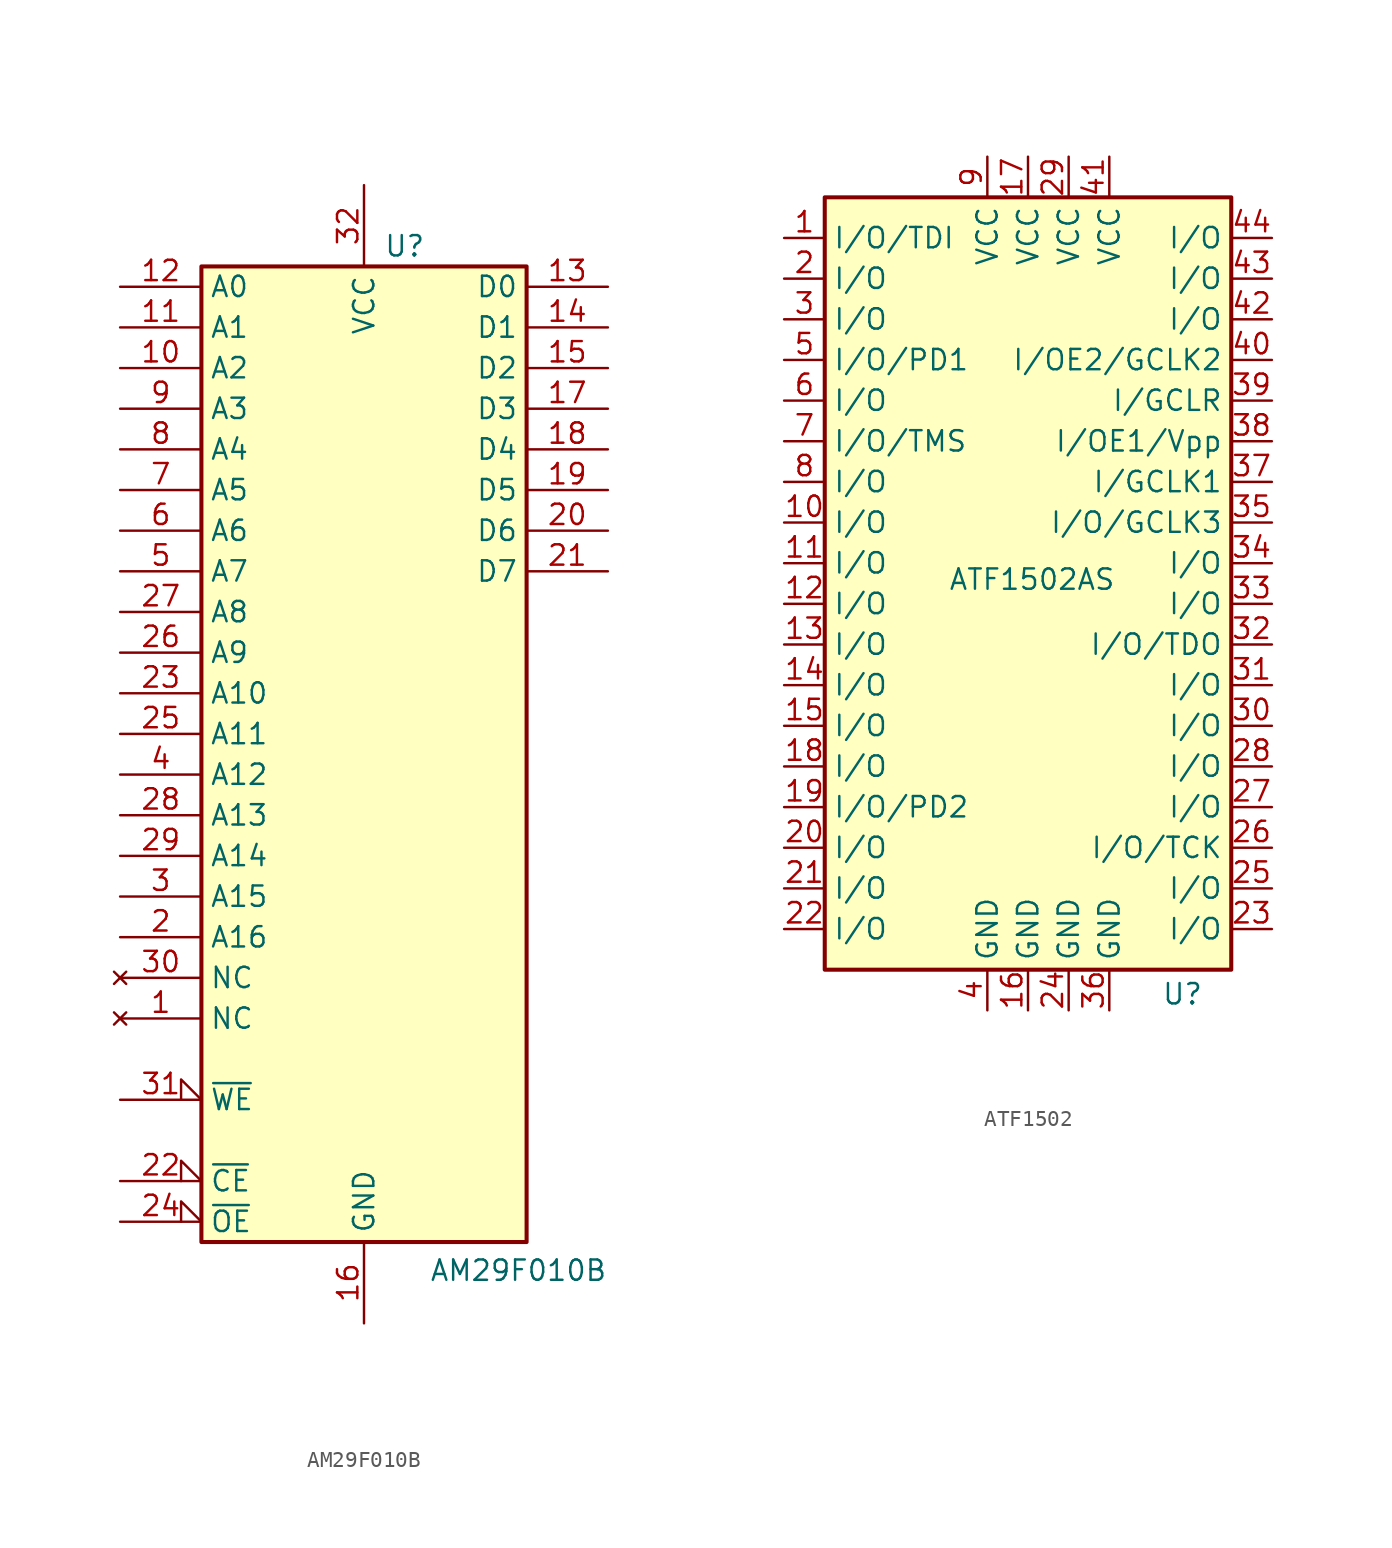
<source format=kicad_sym>
(kicad_symbol_lib
  (version 20231120)
  (generator "kicad_symbol_editor")
  (generator_version "8.0")
  (symbol "AM29F010B"
    (property "Reference" "U"
      (at 2.54 33.02 0)
      (effects (font (size 1.27 1.27))))
    (property "Value" "AM29F010B"
      (at 9.652 -30.988 0)
      (effects (font (size 1.27 1.27))))
    (symbol "AM29F010B_0_0"
      (pin power_in line (at 0 -34.29 90) (length 5.08) (name "GND" (effects (font (size 1.27 1.27)))) (number "16" (effects (font (size 1.27 1.27)))))
      (pin power_in line (at 0 36.83 270) (length 5.08) (name "VCC" (effects (font (size 1.27 1.27)))) (number "32" (effects (font (size 1.27 1.27))))))
    (symbol "AM29F010B_0_1"
      (rectangle (start -10.16 31.75) (end 10.16 -29.21) (stroke (width 0.254) (type default)) (fill (type background))))
    (symbol "AM29F010B_1_1"
      (pin no_connect line (at -15.24 -15.24 0) (length 5.08) (name "NC" (effects (font (size 1.27 1.27)))) (number "1" (effects (font (size 1.27 1.27)))))
      (pin input line (at -15.24 25.4 0) (length 5.08) (name "A2" (effects (font (size 1.27 1.27)))) (number "10" (effects (font (size 1.27 1.27)))))
      (pin input line (at -15.24 27.94 0) (length 5.08) (name "A1" (effects (font (size 1.27 1.27)))) (number "11" (effects (font (size 1.27 1.27)))))
      (pin input line (at -15.24 30.48 0) (length 5.08) (name "A0" (effects (font (size 1.27 1.27)))) (number "12" (effects (font (size 1.27 1.27)))))
      (pin tri_state line (at 15.24 30.48 180) (length 5.08) (name "D0" (effects (font (size 1.27 1.27)))) (number "13" (effects (font (size 1.27 1.27)))))
      (pin tri_state line (at 15.24 27.94 180) (length 5.08) (name "D1" (effects (font (size 1.27 1.27)))) (number "14" (effects (font (size 1.27 1.27)))))
      (pin tri_state line (at 15.24 25.4 180) (length 5.08) (name "D2" (effects (font (size 1.27 1.27)))) (number "15" (effects (font (size 1.27 1.27)))))
      (pin tri_state line (at 15.24 22.86 180) (length 5.08) (name "D3" (effects (font (size 1.27 1.27)))) (number "17" (effects (font (size 1.27 1.27)))))
      (pin tri_state line (at 15.24 20.32 180) (length 5.08) (name "D4" (effects (font (size 1.27 1.27)))) (number "18" (effects (font (size 1.27 1.27)))))
      (pin tri_state line (at 15.24 17.78 180) (length 5.08) (name "D5" (effects (font (size 1.27 1.27)))) (number "19" (effects (font (size 1.27 1.27)))))
      (pin input line (at -15.24 -10.16 0) (length 5.08) (name "A16" (effects (font (size 1.27 1.27)))) (number "2" (effects (font (size 1.27 1.27)))))
      (pin tri_state line (at 15.24 15.24 180) (length 5.08) (name "D6" (effects (font (size 1.27 1.27)))) (number "20" (effects (font (size 1.27 1.27)))))
      (pin tri_state line (at 15.24 12.7 180) (length 5.08) (name "D7" (effects (font (size 1.27 1.27)))) (number "21" (effects (font (size 1.27 1.27)))))
      (pin input input_low (at -15.24 -25.4 0) (length 5.08) (name "~{CE}" (effects (font (size 1.27 1.27)))) (number "22" (effects (font (size 1.27 1.27)))))
      (pin input line (at -15.24 5.08 0) (length 5.08) (name "A10" (effects (font (size 1.27 1.27)))) (number "23" (effects (font (size 1.27 1.27)))))
      (pin input input_low (at -15.24 -27.94 0) (length 5.08) (name "~{OE}" (effects (font (size 1.27 1.27)))) (number "24" (effects (font (size 1.27 1.27)))))
      (pin input line (at -15.24 2.54 0) (length 5.08) (name "A11" (effects (font (size 1.27 1.27)))) (number "25" (effects (font (size 1.27 1.27)))))
      (pin input line (at -15.24 7.62 0) (length 5.08) (name "A9" (effects (font (size 1.27 1.27)))) (number "26" (effects (font (size 1.27 1.27)))))
      (pin input line (at -15.24 10.16 0) (length 5.08) (name "A8" (effects (font (size 1.27 1.27)))) (number "27" (effects (font (size 1.27 1.27)))))
      (pin input line (at -15.24 -2.54 0) (length 5.08) (name "A13" (effects (font (size 1.27 1.27)))) (number "28" (effects (font (size 1.27 1.27)))))
      (pin input line (at -15.24 -5.08 0) (length 5.08) (name "A14" (effects (font (size 1.27 1.27)))) (number "29" (effects (font (size 1.27 1.27)))))
      (pin input line (at -15.24 -7.62 0) (length 5.08) (name "A15" (effects (font (size 1.27 1.27)))) (number "3" (effects (font (size 1.27 1.27)))))
      (pin no_connect line (at -15.24 -12.7 0) (length 5.08) (name "NC" (effects (font (size 1.27 1.27)))) (number "30" (effects (font (size 1.27 1.27)))))
      (pin input input_low (at -15.24 -20.32 0) (length 5.08) (name "~{WE}" (effects (font (size 1.27 1.27)))) (number "31" (effects (font (size 1.27 1.27)))))
      (pin input line (at -15.24 0 0) (length 5.08) (name "A12" (effects (font (size 1.27 1.27)))) (number "4" (effects (font (size 1.27 1.27)))))
      (pin input line (at -15.24 12.7 0) (length 5.08) (name "A7" (effects (font (size 1.27 1.27)))) (number "5" (effects (font (size 1.27 1.27)))))
      (pin input line (at -15.24 15.24 0) (length 5.08) (name "A6" (effects (font (size 1.27 1.27)))) (number "6" (effects (font (size 1.27 1.27)))))
      (pin input line (at -15.24 17.78 0) (length 5.08) (name "A5" (effects (font (size 1.27 1.27)))) (number "7" (effects (font (size 1.27 1.27)))))
      (pin input line (at -15.24 20.32 0) (length 5.08) (name "A4" (effects (font (size 1.27 1.27)))) (number "8" (effects (font (size 1.27 1.27)))))
      (pin input line (at -15.24 22.86 0) (length 5.08) (name "A3" (effects (font (size 1.27 1.27)))) (number "9" (effects (font (size 1.27 1.27)))))))
  (symbol "ATF1502"
    (property "Reference" "U"
      (at 9.652 -25.654 0)
      (effects (font (size 1.27 1.27))))
    (property "Value" "ATF1502AS"
      (at 0.254 0.254 0)
      (effects (font (size 1.27 1.27))))
    (symbol "ATF1502_0_1"
      (rectangle (start -12.7 24.13) (end 12.7 -24.13) (stroke (width 0.254) (type default)) (fill (type background))))
    (symbol "ATF1502_1_1"
      (pin bidirectional line (at -15.24 21.59 0) (length 2.54) (name "I/O/TDI" (effects (font (size 1.27 1.27)))) (number "1" (effects (font (size 1.27 1.27)))))
      (pin bidirectional line (at -15.24 3.81 0) (length 2.54) (name "I/O" (effects (font (size 1.27 1.27)))) (number "10" (effects (font (size 1.27 1.27)))))
      (pin bidirectional line (at -15.24 1.27 0) (length 2.54) (name "I/O" (effects (font (size 1.27 1.27)))) (number "11" (effects (font (size 1.27 1.27)))))
      (pin bidirectional line (at -15.24 -1.27 0) (length 2.54) (name "I/O" (effects (font (size 1.27 1.27)))) (number "12" (effects (font (size 1.27 1.27)))))
      (pin bidirectional line (at -15.24 -3.81 0) (length 2.54) (name "I/O" (effects (font (size 1.27 1.27)))) (number "13" (effects (font (size 1.27 1.27)))))
      (pin bidirectional line (at -15.24 -6.35 0) (length 2.54) (name "I/O" (effects (font (size 1.27 1.27)))) (number "14" (effects (font (size 1.27 1.27)))))
      (pin bidirectional line (at -15.24 -8.89 0) (length 2.54) (name "I/O" (effects (font (size 1.27 1.27)))) (number "15" (effects (font (size 1.27 1.27)))))
      (pin passive line (at 0 -26.67 90) (length 2.54) (name "GND" (effects (font (size 1.27 1.27)))) (number "16" (effects (font (size 1.27 1.27)))))
      (pin power_in line (at 0 26.67 270) (length 2.54) (name "VCC" (effects (font (size 1.27 1.27)))) (number "17" (effects (font (size 1.27 1.27)))))
      (pin bidirectional line (at -15.24 -11.43 0) (length 2.54) (name "I/O" (effects (font (size 1.27 1.27)))) (number "18" (effects (font (size 1.27 1.27)))))
      (pin bidirectional line (at -15.24 -13.97 0) (length 2.54) (name "I/O/PD2" (effects (font (size 1.27 1.27)))) (number "19" (effects (font (size 1.27 1.27)))))
      (pin bidirectional line (at -15.24 19.05 0) (length 2.54) (name "I/O" (effects (font (size 1.27 1.27)))) (number "2" (effects (font (size 1.27 1.27)))))
      (pin bidirectional line (at -15.24 -16.51 0) (length 2.54) (name "I/O" (effects (font (size 1.27 1.27)))) (number "20" (effects (font (size 1.27 1.27)))))
      (pin bidirectional line (at -15.24 -19.05 0) (length 2.54) (name "I/O" (effects (font (size 1.27 1.27)))) (number "21" (effects (font (size 1.27 1.27)))))
      (pin bidirectional line (at -15.24 -21.59 0) (length 2.54) (name "I/O" (effects (font (size 1.27 1.27)))) (number "22" (effects (font (size 1.27 1.27)))))
      (pin bidirectional line (at 15.24 -21.59 180) (length 2.54) (name "I/O" (effects (font (size 1.27 1.27)))) (number "23" (effects (font (size 1.27 1.27)))))
      (pin passive line (at 2.54 -26.67 90) (length 2.54) (name "GND" (effects (font (size 1.27 1.27)))) (number "24" (effects (font (size 1.27 1.27)))))
      (pin bidirectional line (at 15.24 -19.05 180) (length 2.54) (name "I/O" (effects (font (size 1.27 1.27)))) (number "25" (effects (font (size 1.27 1.27)))))
      (pin bidirectional line (at 15.24 -16.51 180) (length 2.54) (name "I/O/TCK" (effects (font (size 1.27 1.27)))) (number "26" (effects (font (size 1.27 1.27)))))
      (pin bidirectional line (at 15.24 -13.97 180) (length 2.54) (name "I/O" (effects (font (size 1.27 1.27)))) (number "27" (effects (font (size 1.27 1.27)))))
      (pin bidirectional line (at 15.24 -11.43 180) (length 2.54) (name "I/O" (effects (font (size 1.27 1.27)))) (number "28" (effects (font (size 1.27 1.27)))))
      (pin power_in line (at 2.54 26.67 270) (length 2.54) (name "VCC" (effects (font (size 1.27 1.27)))) (number "29" (effects (font (size 1.27 1.27)))))
      (pin bidirectional line (at -15.24 16.51 0) (length 2.54) (name "I/O" (effects (font (size 1.27 1.27)))) (number "3" (effects (font (size 1.27 1.27)))))
      (pin bidirectional line (at 15.24 -8.89 180) (length 2.54) (name "I/O" (effects (font (size 1.27 1.27)))) (number "30" (effects (font (size 1.27 1.27)))))
      (pin bidirectional line (at 15.24 -6.35 180) (length 2.54) (name "I/O" (effects (font (size 1.27 1.27)))) (number "31" (effects (font (size 1.27 1.27)))))
      (pin bidirectional line (at 15.24 -3.81 180) (length 2.54) (name "I/O/TDO" (effects (font (size 1.27 1.27)))) (number "32" (effects (font (size 1.27 1.27)))))
      (pin bidirectional line (at 15.24 -1.27 180) (length 2.54) (name "I/O" (effects (font (size 1.27 1.27)))) (number "33" (effects (font (size 1.27 1.27)))))
      (pin bidirectional line (at 15.24 1.27 180) (length 2.54) (name "I/O" (effects (font (size 1.27 1.27)))) (number "34" (effects (font (size 1.27 1.27)))))
      (pin bidirectional line (at 15.24 3.81 180) (length 2.54) (name "I/O/GCLK3" (effects (font (size 1.27 1.27)))) (number "35" (effects (font (size 1.27 1.27)))))
      (pin passive line (at 5.08 -26.67 90) (length 2.54) (name "GND" (effects (font (size 1.27 1.27)))) (number "36" (effects (font (size 1.27 1.27)))))
      (pin input line (at 15.24 6.35 180) (length 2.54) (name "I/GCLK1" (effects (font (size 1.27 1.27)))) (number "37" (effects (font (size 1.27 1.27)))))
      (pin input line (at 15.24 8.89 180) (length 2.54) (name "I/OE1/Vpp" (effects (font (size 1.27 1.27)))) (number "38" (effects (font (size 1.27 1.27)))))
      (pin input line (at 15.24 11.43 180) (length 2.54) (name "I/GCLR" (effects (font (size 1.27 1.27)))) (number "39" (effects (font (size 1.27 1.27)))))
      (pin power_in line (at -2.54 -26.67 90) (length 2.54) (name "GND" (effects (font (size 1.27 1.27)))) (number "4" (effects (font (size 1.27 1.27)))))
      (pin input line (at 15.24 13.97 180) (length 2.54) (name "I/OE2/GCLK2" (effects (font (size 1.27 1.27)))) (number "40" (effects (font (size 1.27 1.27)))))
      (pin power_in line (at 5.08 26.67 270) (length 2.54) (name "VCC" (effects (font (size 1.27 1.27)))) (number "41" (effects (font (size 1.27 1.27)))))
      (pin bidirectional line (at 15.24 16.51 180) (length 2.54) (name "I/O" (effects (font (size 1.27 1.27)))) (number "42" (effects (font (size 1.27 1.27)))))
      (pin bidirectional line (at 15.24 19.05 180) (length 2.54) (name "I/O" (effects (font (size 1.27 1.27)))) (number "43" (effects (font (size 1.27 1.27)))))
      (pin bidirectional line (at 15.24 21.59 180) (length 2.54) (name "I/O" (effects (font (size 1.27 1.27)))) (number "44" (effects (font (size 1.27 1.27)))))
      (pin bidirectional line (at -15.24 13.97 0) (length 2.54) (name "I/O/PD1" (effects (font (size 1.27 1.27)))) (number "5" (effects (font (size 1.27 1.27)))))
      (pin bidirectional line (at -15.24 11.43 0) (length 2.54) (name "I/O" (effects (font (size 1.27 1.27)))) (number "6" (effects (font (size 1.27 1.27)))))
      (pin bidirectional line (at -15.24 8.89 0) (length 2.54) (name "I/O/TMS" (effects (font (size 1.27 1.27)))) (number "7" (effects (font (size 1.27 1.27)))))
      (pin bidirectional line (at -15.24 6.35 0) (length 2.54) (name "I/O" (effects (font (size 1.27 1.27)))) (number "8" (effects (font (size 1.27 1.27)))))
      (pin power_in line (at -2.54 26.67 270) (length 2.54) (name "VCC" (effects (font (size 1.27 1.27)))) (number "9" (effects (font (size 1.27 1.27))))))))
</source>
